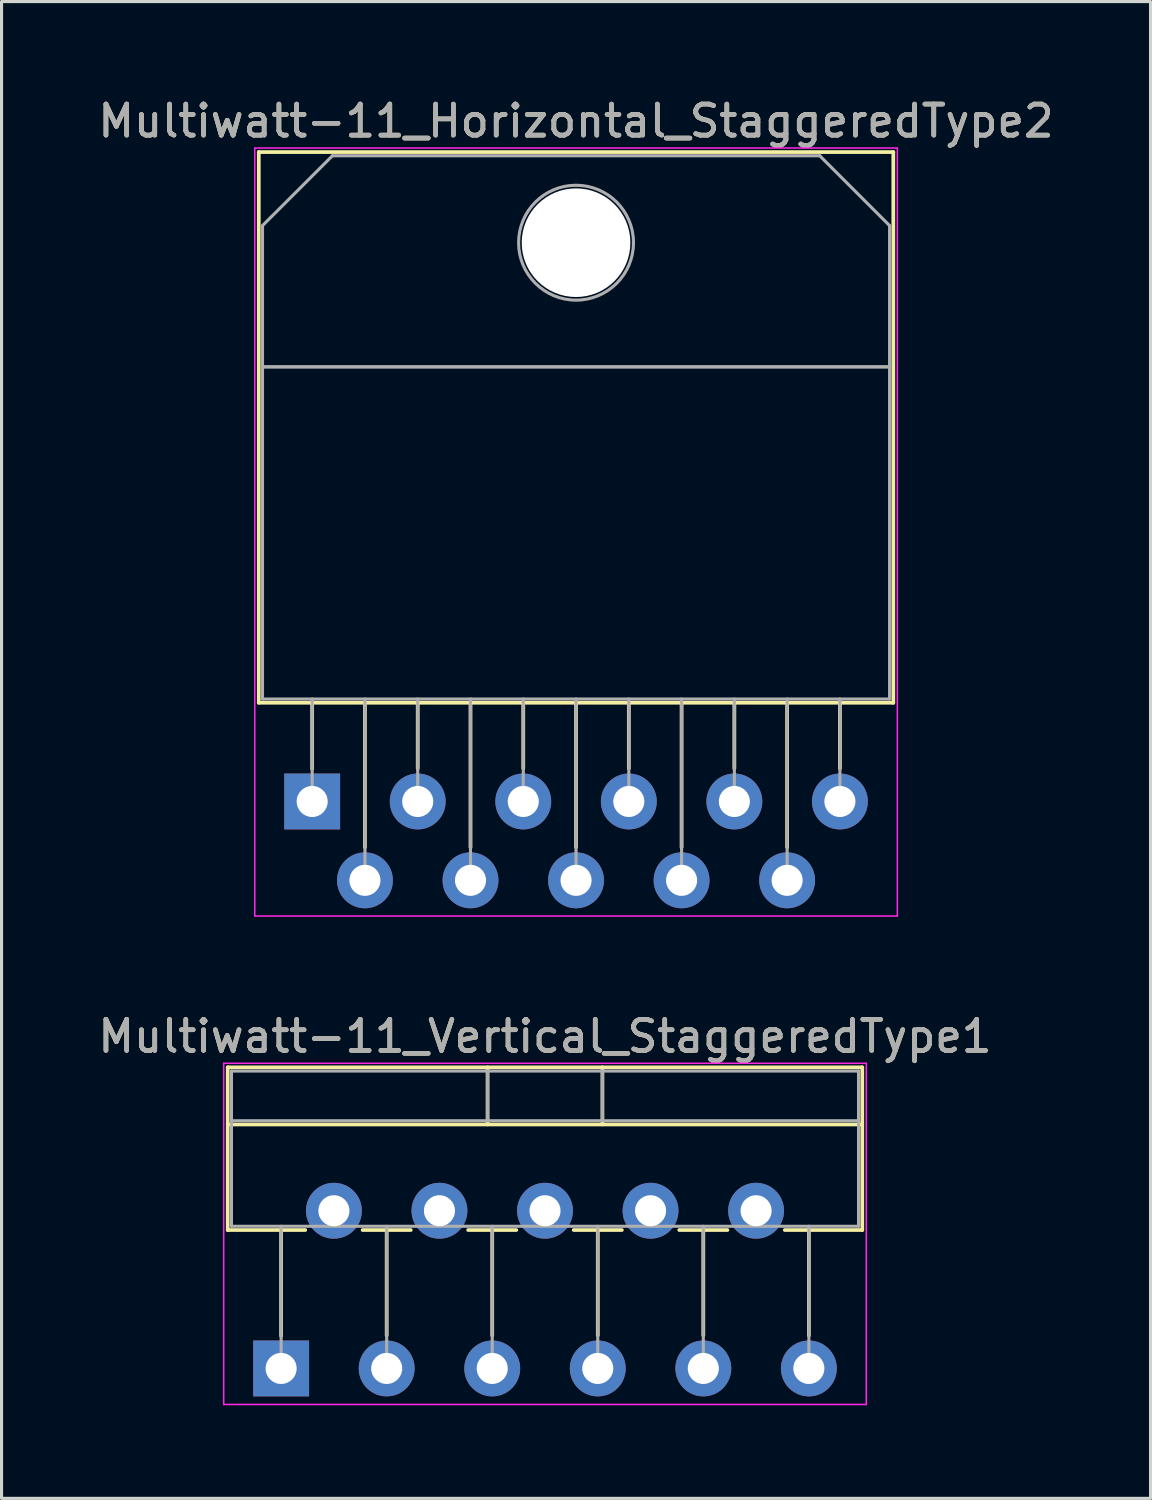
<source format=kicad_pcb>
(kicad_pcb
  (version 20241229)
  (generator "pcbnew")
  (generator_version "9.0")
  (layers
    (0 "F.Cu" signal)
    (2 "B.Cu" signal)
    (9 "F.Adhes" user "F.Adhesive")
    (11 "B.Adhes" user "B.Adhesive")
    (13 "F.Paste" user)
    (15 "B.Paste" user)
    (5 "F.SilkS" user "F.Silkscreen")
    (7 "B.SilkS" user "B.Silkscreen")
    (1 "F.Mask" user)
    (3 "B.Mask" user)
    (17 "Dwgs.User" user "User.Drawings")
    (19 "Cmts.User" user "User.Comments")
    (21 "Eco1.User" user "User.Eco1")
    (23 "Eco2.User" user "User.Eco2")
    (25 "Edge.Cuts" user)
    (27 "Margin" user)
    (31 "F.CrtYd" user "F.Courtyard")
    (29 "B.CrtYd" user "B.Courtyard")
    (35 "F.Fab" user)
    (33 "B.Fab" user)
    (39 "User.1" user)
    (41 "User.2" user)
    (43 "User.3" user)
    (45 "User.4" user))
  (footprint "Multiwatt-11_Horizontal_StaggeredType2"
    (layer "F.Cu")
    (at 7.006 22.768)
    (property "Reference" "Multiwatt-11_Horizontal_StaggeredType2" (at 8.5 -21.92 0) (layer "F.SilkS") (effects (font (size 1 1) (thickness 0.15))))
    (attr through_hole)
    (fp_line (start -1.72 -20.92) (end -1.72 -3.18) (stroke (width 0.12) (type solid)) (layer "F.SilkS"))
    (fp_line (start -1.72 -20.92) (end 18.72 -20.92) (stroke (width 0.12) (type solid)) (layer "F.SilkS"))
    (fp_line (start -1.72 -3.18) (end 18.72 -3.18) (stroke (width 0.12) (type solid)) (layer "F.SilkS"))
    (fp_line (start 0 -3.18) (end 0 -1.05) (stroke (width 0.12) (type solid)) (layer "F.SilkS"))
    (fp_line (start 1.7 -3.18) (end 1.7 1.475) (stroke (width 0.12) (type solid)) (layer "F.SilkS"))
    (fp_line (start 3.4 -3.18) (end 3.4 -1.066) (stroke (width 0.12) (type solid)) (layer "F.SilkS"))
    (fp_line (start 5.1 -3.18) (end 5.1 1.475) (stroke (width 0.12) (type solid)) (layer "F.SilkS"))
    (fp_line (start 6.8 -3.18) (end 6.8 -1.066) (stroke (width 0.12) (type solid)) (layer "F.SilkS"))
    (fp_line (start 8.5 -3.18) (end 8.5 1.475) (stroke (width 0.12) (type solid)) (layer "F.SilkS"))
    (fp_line (start 10.2 -3.18) (end 10.2 -1.066) (stroke (width 0.12) (type solid)) (layer "F.SilkS"))
    (fp_line (start 11.9 -3.18) (end 11.9 1.475) (stroke (width 0.12) (type solid)) (layer "F.SilkS"))
    (fp_line (start 13.6 -3.18) (end 13.6 -1.066) (stroke (width 0.12) (type solid)) (layer "F.SilkS"))
    (fp_line (start 15.3 -3.18) (end 15.3 1.475) (stroke (width 0.12) (type solid)) (layer "F.SilkS"))
    (fp_line (start 17 -3.18) (end 17 -1.066) (stroke (width 0.12) (type solid)) (layer "F.SilkS"))
    (fp_line (start 18.72 -20.92) (end 18.72 -3.18) (stroke (width 0.12) (type solid)) (layer "F.SilkS"))
    (fp_line (start -1.85 -21.05) (end -1.85 3.69) (stroke (width 0.05) (type solid)) (layer "F.CrtYd"))
    (fp_line (start -1.85 3.69) (end 18.85 3.69) (stroke (width 0.05) (type solid)) (layer "F.CrtYd"))
    (fp_line (start 18.85 -21.05) (end -1.85 -21.05) (stroke (width 0.05) (type solid)) (layer "F.CrtYd"))
    (fp_line (start 18.85 3.69) (end 18.85 -21.05) (stroke (width 0.05) (type solid)) (layer "F.CrtYd"))
    (fp_line (start -1.6 -18.55) (end 0.651 -20.8) (stroke (width 0.1) (type solid)) (layer "F.Fab"))
    (fp_line (start -1.6 -14) (end -1.6 -18.55) (stroke (width 0.1) (type solid)) (layer "F.Fab"))
    (fp_line (start -1.6 -14) (end 18.6 -14) (stroke (width 0.1) (type solid)) (layer "F.Fab"))
    (fp_line (start -1.6 -3.3) (end -1.6 -14) (stroke (width 0.1) (type solid)) (layer "F.Fab"))
    (fp_line (start 0 -3.3) (end 0 0) (stroke (width 0.1) (type solid)) (layer "F.Fab"))
    (fp_line (start 0.651 -20.8) (end 16.351 -20.8) (stroke (width 0.1) (type solid)) (layer "F.Fab"))
    (fp_line (start 1.7 -3.3) (end 1.7 2.54) (stroke (width 0.1) (type solid)) (layer "F.Fab"))
    (fp_line (start 3.4 -3.3) (end 3.4 0) (stroke (width 0.1) (type solid)) (layer "F.Fab"))
    (fp_line (start 5.1 -3.3) (end 5.1 2.54) (stroke (width 0.1) (type solid)) (layer "F.Fab"))
    (fp_line (start 6.8 -3.3) (end 6.8 0) (stroke (width 0.1) (type solid)) (layer "F.Fab"))
    (fp_line (start 8.5 -3.3) (end 8.5 2.54) (stroke (width 0.1) (type solid)) (layer "F.Fab"))
    (fp_line (start 10.2 -3.3) (end 10.2 0) (stroke (width 0.1) (type solid)) (layer "F.Fab"))
    (fp_line (start 11.9 -3.3) (end 11.9 2.54) (stroke (width 0.1) (type solid)) (layer "F.Fab"))
    (fp_line (start 13.6 -3.3) (end 13.6 0) (stroke (width 0.1) (type solid)) (layer "F.Fab"))
    (fp_line (start 15.3 -3.3) (end 15.3 2.54) (stroke (width 0.1) (type solid)) (layer "F.Fab"))
    (fp_line (start 16.351 -20.8) (end 18.6 -18.55) (stroke (width 0.1) (type solid)) (layer "F.Fab"))
    (fp_line (start 17 -3.3) (end 17 0) (stroke (width 0.1) (type solid)) (layer "F.Fab"))
    (fp_line (start 18.6 -18.55) (end 18.6 -14) (stroke (width 0.1) (type solid)) (layer "F.Fab"))
    (fp_line (start 18.6 -14) (end -1.6 -14) (stroke (width 0.1) (type solid)) (layer "F.Fab"))
    (fp_line (start 18.6 -14) (end 18.6 -3.3) (stroke (width 0.1) (type solid)) (layer "F.Fab"))
    (fp_line (start 18.6 -3.3) (end -1.6 -3.3) (stroke (width 0.1) (type solid)) (layer "F.Fab"))
    (fp_circle (center 8.5 -18) (end 10.35 -18) (stroke (width 0.1) (type solid)) (fill no) (layer "F.Fab"))
    (fp_text user "${REFERENCE}" (at 8.5 -21.92 0) (layer "F.Fab") (effects (font (size 1 1) (thickness 0.15))))
    (pad "" np_thru_hole oval (at 8.5 -18) (size 3.5 3.5) (drill 3.5) (layers "*.Cu" "*.Mask"))
    (pad "1" thru_hole rect (at 0 0) (size 1.8 1.8) (drill 1) (layers "*.Cu" "*.Mask"))
    (pad "2" thru_hole oval (at 1.7 2.54) (size 1.8 1.8) (drill 1) (layers "*.Cu" "*.Mask"))
    (pad "3" thru_hole oval (at 3.4 0) (size 1.8 1.8) (drill 1) (layers "*.Cu" "*.Mask"))
    (pad "4" thru_hole oval (at 5.1 2.54) (size 1.8 1.8) (drill 1) (layers "*.Cu" "*.Mask"))
    (pad "5" thru_hole oval (at 6.8 0) (size 1.8 1.8) (drill 1) (layers "*.Cu" "*.Mask"))
    (pad "6" thru_hole oval (at 8.5 2.54) (size 1.8 1.8) (drill 1) (layers "*.Cu" "*.Mask"))
    (pad "7" thru_hole oval (at 10.2 0) (size 1.8 1.8) (drill 1) (layers "*.Cu" "*.Mask"))
    (pad "8" thru_hole oval (at 11.9 2.54) (size 1.8 1.8) (drill 1) (layers "*.Cu" "*.Mask"))
    (pad "9" thru_hole oval (at 13.6 0) (size 1.8 1.8) (drill 1) (layers "*.Cu" "*.Mask"))
    (pad "10" thru_hole oval (at 15.3 2.54) (size 1.8 1.8) (drill 1) (layers "*.Cu" "*.Mask"))
    (pad "11" thru_hole oval (at 17 0) (size 1.8 1.8) (drill 1) (layers "*.Cu" "*.Mask")))
  (footprint "Multiwatt-11_Vertical_StaggeredType1"
    (layer "F.Cu")
    (at 6.006 41.032)
    (property "Reference" "Multiwatt-11_Vertical_StaggeredType1" (at 8.5 -10.7 0) (layer "F.SilkS") (effects (font (size 1 1) (thickness 0.15))))
    (attr through_hole)
    (fp_line (start -1.72 -9.7) (end -1.72 -4.459) (stroke (width 0.12) (type solid)) (layer "F.SilkS"))
    (fp_line (start -1.72 -9.7) (end 18.72 -9.7) (stroke (width 0.12) (type solid)) (layer "F.SilkS"))
    (fp_line (start -1.72 -7.86) (end 18.72 -7.86) (stroke (width 0.12) (type solid)) (layer "F.SilkS"))
    (fp_line (start -1.72 -4.459) (end 0.776 -4.459) (stroke (width 0.12) (type solid)) (layer "F.SilkS"))
    (fp_line (start 0 -4.459) (end 0 -1.05) (stroke (width 0.12) (type solid)) (layer "F.SilkS"))
    (fp_line (start 2.625 -4.459) (end 4.176 -4.459) (stroke (width 0.12) (type solid)) (layer "F.SilkS"))
    (fp_line (start 3.4 -4.459) (end 3.4 -1.065) (stroke (width 0.12) (type solid)) (layer "F.SilkS"))
    (fp_line (start 6.025 -4.459) (end 7.576 -4.459) (stroke (width 0.12) (type solid)) (layer "F.SilkS"))
    (fp_line (start 6.65 -9.7) (end 6.65 -7.86) (stroke (width 0.12) (type solid)) (layer "F.SilkS"))
    (fp_line (start 6.8 -4.459) (end 6.8 -1.065) (stroke (width 0.12) (type solid)) (layer "F.SilkS"))
    (fp_line (start 9.425 -4.459) (end 10.976 -4.459) (stroke (width 0.12) (type solid)) (layer "F.SilkS"))
    (fp_line (start 10.2 -4.459) (end 10.2 -1.065) (stroke (width 0.12) (type solid)) (layer "F.SilkS"))
    (fp_line (start 10.35 -9.7) (end 10.35 -7.86) (stroke (width 0.12) (type solid)) (layer "F.SilkS"))
    (fp_line (start 12.825 -4.459) (end 14.376 -4.459) (stroke (width 0.12) (type solid)) (layer "F.SilkS"))
    (fp_line (start 13.6 -4.459) (end 13.6 -1.065) (stroke (width 0.12) (type solid)) (layer "F.SilkS"))
    (fp_line (start 16.225 -4.459) (end 18.72 -4.459) (stroke (width 0.12) (type solid)) (layer "F.SilkS"))
    (fp_line (start 17 -4.459) (end 17 -1.065) (stroke (width 0.12) (type solid)) (layer "F.SilkS"))
    (fp_line (start 18.72 -9.7) (end 18.72 -4.459) (stroke (width 0.12) (type solid)) (layer "F.SilkS"))
    (fp_line (start -1.85 -9.83) (end -1.85 1.16) (stroke (width 0.05) (type solid)) (layer "F.CrtYd"))
    (fp_line (start -1.85 1.16) (end 18.85 1.16) (stroke (width 0.05) (type solid)) (layer "F.CrtYd"))
    (fp_line (start 18.85 -9.83) (end -1.85 -9.83) (stroke (width 0.05) (type solid)) (layer "F.CrtYd"))
    (fp_line (start 18.85 1.16) (end 18.85 -9.83) (stroke (width 0.05) (type solid)) (layer "F.CrtYd"))
    (fp_line (start -1.6 -9.58) (end -1.6 -4.58) (stroke (width 0.1) (type solid)) (layer "F.Fab"))
    (fp_line (start -1.6 -7.98) (end 18.6 -7.98) (stroke (width 0.1) (type solid)) (layer "F.Fab"))
    (fp_line (start -1.6 -4.58) (end 18.6 -4.58) (stroke (width 0.1) (type solid)) (layer "F.Fab"))
    (fp_line (start 0 -4.58) (end 0 0) (stroke (width 0.1) (type solid)) (layer "F.Fab"))
    (fp_line (start 3.4 -4.58) (end 3.4 0) (stroke (width 0.1) (type solid)) (layer "F.Fab"))
    (fp_line (start 6.65 -9.58) (end 6.65 -7.98) (stroke (width 0.1) (type solid)) (layer "F.Fab"))
    (fp_line (start 6.8 -4.58) (end 6.8 0) (stroke (width 0.1) (type solid)) (layer "F.Fab"))
    (fp_line (start 10.2 -4.58) (end 10.2 0) (stroke (width 0.1) (type solid)) (layer "F.Fab"))
    (fp_line (start 10.35 -9.58) (end 10.35 -7.98) (stroke (width 0.1) (type solid)) (layer "F.Fab"))
    (fp_line (start 13.6 -4.58) (end 13.6 0) (stroke (width 0.1) (type solid)) (layer "F.Fab"))
    (fp_line (start 17 -4.58) (end 17 0) (stroke (width 0.1) (type solid)) (layer "F.Fab"))
    (fp_line (start 18.6 -9.58) (end -1.6 -9.58) (stroke (width 0.1) (type solid)) (layer "F.Fab"))
    (fp_line (start 18.6 -4.58) (end 18.6 -9.58) (stroke (width 0.1) (type solid)) (layer "F.Fab"))
    (fp_text user "${REFERENCE}" (at 8.5 -10.7 0) (layer "F.Fab") (effects (font (size 1 1) (thickness 0.15))))
    (pad "1" thru_hole rect (at 0 0) (size 1.8 1.8) (drill 1) (layers "*.Cu" "*.Mask"))
    (pad "2" thru_hole oval (at 1.7 -5.08) (size 1.8 1.8) (drill 1) (layers "*.Cu" "*.Mask"))
    (pad "3" thru_hole oval (at 3.4 0) (size 1.8 1.8) (drill 1) (layers "*.Cu" "*.Mask"))
    (pad "4" thru_hole oval (at 5.1 -5.08) (size 1.8 1.8) (drill 1) (layers "*.Cu" "*.Mask"))
    (pad "5" thru_hole oval (at 6.8 0) (size 1.8 1.8) (drill 1) (layers "*.Cu" "*.Mask"))
    (pad "6" thru_hole oval (at 8.5 -5.08) (size 1.8 1.8) (drill 1) (layers "*.Cu" "*.Mask"))
    (pad "7" thru_hole oval (at 10.2 0) (size 1.8 1.8) (drill 1) (layers "*.Cu" "*.Mask"))
    (pad "8" thru_hole oval (at 11.9 -5.08) (size 1.8 1.8) (drill 1) (layers "*.Cu" "*.Mask"))
    (pad "9" thru_hole oval (at 13.6 0) (size 1.8 1.8) (drill 1) (layers "*.Cu" "*.Mask"))
    (pad "10" thru_hole oval (at 15.3 -5.08) (size 1.8 1.8) (drill 1) (layers "*.Cu" "*.Mask"))
    (pad "11" thru_hole oval (at 17 0) (size 1.8 1.8) (drill 1) (layers "*.Cu" "*.Mask")))
  (gr_rect
    (start -3 -3)
    (end 34.012 45.217)
    (stroke (width 0.1) (type default))
    (fill no)
    (layer "Edge.Cuts")))
</source>
